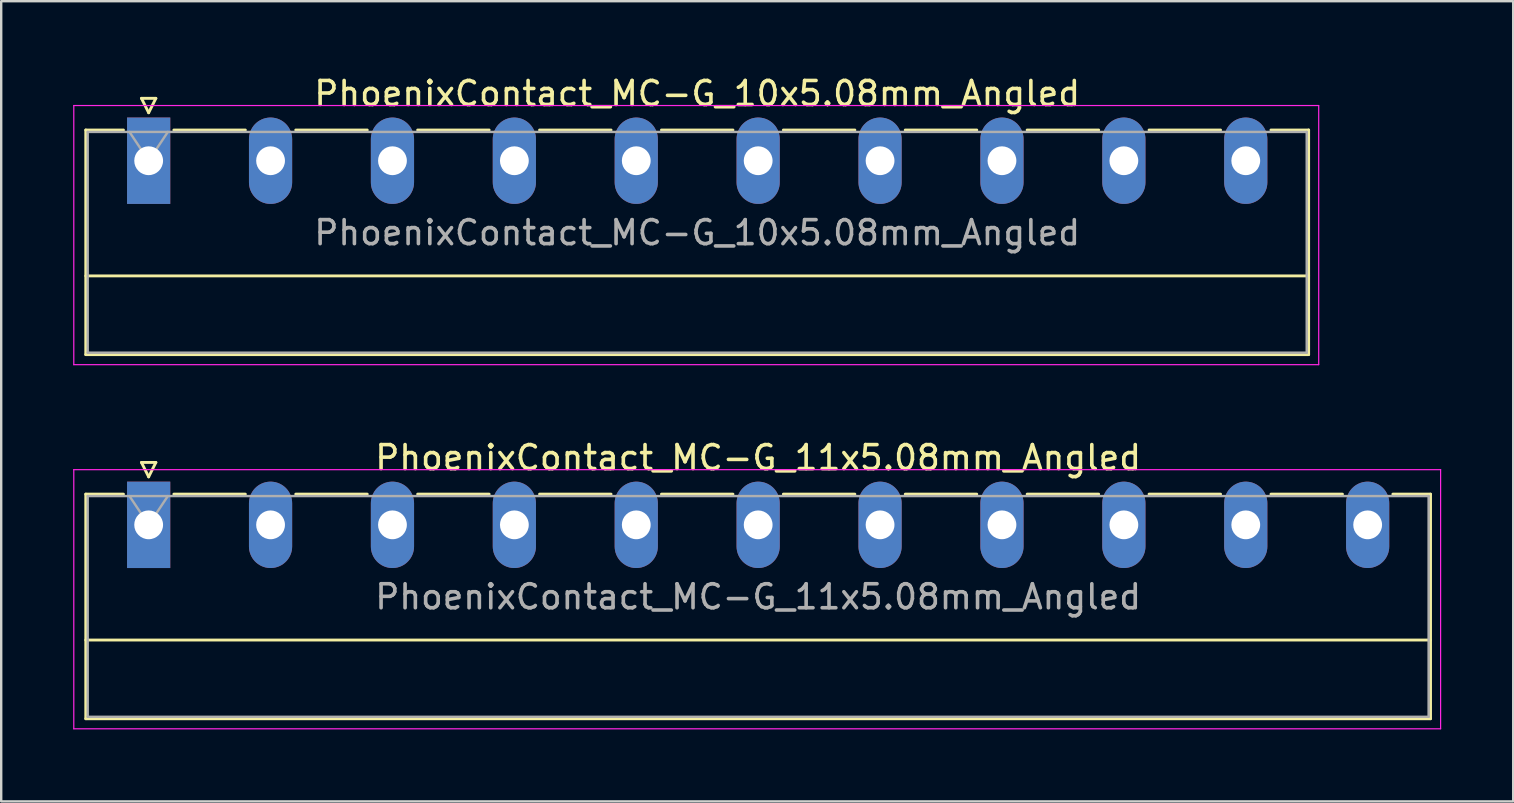
<source format=kicad_pcb>
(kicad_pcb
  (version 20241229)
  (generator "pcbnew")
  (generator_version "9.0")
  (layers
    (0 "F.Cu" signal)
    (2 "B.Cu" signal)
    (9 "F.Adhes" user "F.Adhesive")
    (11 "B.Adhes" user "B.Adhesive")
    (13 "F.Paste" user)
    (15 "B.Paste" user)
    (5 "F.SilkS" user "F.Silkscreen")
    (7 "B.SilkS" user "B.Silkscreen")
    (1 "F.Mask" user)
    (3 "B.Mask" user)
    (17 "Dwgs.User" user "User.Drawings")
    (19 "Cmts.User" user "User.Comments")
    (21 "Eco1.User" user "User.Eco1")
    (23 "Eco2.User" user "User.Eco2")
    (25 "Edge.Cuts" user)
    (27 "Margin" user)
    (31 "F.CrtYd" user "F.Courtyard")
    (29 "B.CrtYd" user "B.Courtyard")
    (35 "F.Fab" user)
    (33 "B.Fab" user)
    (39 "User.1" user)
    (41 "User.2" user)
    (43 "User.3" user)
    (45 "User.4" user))
  (footprint "PhoenixContact_MC-G_11x5.08mm_Angled"
    (layer "F.Cu")
    (at 3.145 18.822)
    (property "Reference" "PhoenixContact_MC-G_11x5.08mm_Angled" (at 25.4 -2.8 0) (layer "F.SilkS") (effects (font (size 1 1) (thickness 0.15))))
    (attr through_hole)
    (fp_line (start -2.62 -1.28) (end -2.62 8.08) (stroke (width 0.12) (type solid)) (layer "F.SilkS"))
    (fp_line (start -2.62 -1.28) (end -1.05 -1.28) (stroke (width 0.12) (type solid)) (layer "F.SilkS"))
    (fp_line (start -2.62 4.8) (end 53.42 4.8) (stroke (width 0.12) (type solid)) (layer "F.SilkS"))
    (fp_line (start -2.62 8.08) (end 53.42 8.08) (stroke (width 0.12) (type solid)) (layer "F.SilkS"))
    (fp_line (start -0.3 -2.6) (end 0.3 -2.6) (stroke (width 0.12) (type solid)) (layer "F.SilkS"))
    (fp_line (start 0 -2) (end -0.3 -2.6) (stroke (width 0.12) (type solid)) (layer "F.SilkS"))
    (fp_line (start 0.3 -2.6) (end 0 -2) (stroke (width 0.12) (type solid)) (layer "F.SilkS"))
    (fp_line (start 1.05 -1.28) (end 4.03 -1.28) (stroke (width 0.12) (type solid)) (layer "F.SilkS"))
    (fp_line (start 6.13 -1.28) (end 9.11 -1.28) (stroke (width 0.12) (type solid)) (layer "F.SilkS"))
    (fp_line (start 11.21 -1.28) (end 14.19 -1.28) (stroke (width 0.12) (type solid)) (layer "F.SilkS"))
    (fp_line (start 16.29 -1.28) (end 19.27 -1.28) (stroke (width 0.12) (type solid)) (layer "F.SilkS"))
    (fp_line (start 21.37 -1.28) (end 24.35 -1.28) (stroke (width 0.12) (type solid)) (layer "F.SilkS"))
    (fp_line (start 26.45 -1.28) (end 29.43 -1.28) (stroke (width 0.12) (type solid)) (layer "F.SilkS"))
    (fp_line (start 31.53 -1.28) (end 34.51 -1.28) (stroke (width 0.12) (type solid)) (layer "F.SilkS"))
    (fp_line (start 36.61 -1.28) (end 39.59 -1.28) (stroke (width 0.12) (type solid)) (layer "F.SilkS"))
    (fp_line (start 41.69 -1.28) (end 44.67 -1.28) (stroke (width 0.12) (type solid)) (layer "F.SilkS"))
    (fp_line (start 46.77 -1.28) (end 49.75 -1.28) (stroke (width 0.12) (type solid)) (layer "F.SilkS"))
    (fp_line (start 53.42 -1.28) (end 51.85 -1.28) (stroke (width 0.12) (type solid)) (layer "F.SilkS"))
    (fp_line (start 53.42 8.08) (end 53.42 -1.28) (stroke (width 0.12) (type solid)) (layer "F.SilkS"))
    (fp_line (start -3.12 -2.3) (end -3.12 8.5) (stroke (width 0.05) (type solid)) (layer "F.CrtYd"))
    (fp_line (start -3.12 8.5) (end 53.84 8.5) (stroke (width 0.05) (type solid)) (layer "F.CrtYd"))
    (fp_line (start 53.84 -2.3) (end -3.12 -2.3) (stroke (width 0.05) (type solid)) (layer "F.CrtYd"))
    (fp_line (start 53.84 8.5) (end 53.84 -2.3) (stroke (width 0.05) (type solid)) (layer "F.CrtYd"))
    (fp_line (start -2.54 -1.2) (end -2.54 8) (stroke (width 0.1) (type solid)) (layer "F.Fab"))
    (fp_line (start -2.54 8) (end 53.34 8) (stroke (width 0.1) (type solid)) (layer "F.Fab"))
    (fp_line (start 0 0) (end -0.8 -1.2) (stroke (width 0.1) (type solid)) (layer "F.Fab"))
    (fp_line (start 0.8 -1.2) (end 0 0) (stroke (width 0.1) (type solid)) (layer "F.Fab"))
    (fp_line (start 53.34 -1.2) (end -2.54 -1.2) (stroke (width 0.1) (type solid)) (layer "F.Fab"))
    (fp_line (start 53.34 8) (end 53.34 -1.2) (stroke (width 0.1) (type solid)) (layer "F.Fab"))
    (fp_text user "${REFERENCE}" (at 25.4 3 0) (layer "F.Fab") (effects (font (size 1 1) (thickness 0.15))))
    (pad "1" thru_hole rect (at 0 0) (size 1.8 3.6) (drill 1.2) (layers "*.Cu" "*.Mask"))
    (pad "2" thru_hole oval (at 5.08 0) (size 1.8 3.6) (drill 1.2) (layers "*.Cu" "*.Mask"))
    (pad "3" thru_hole oval (at 10.16 0) (size 1.8 3.6) (drill 1.2) (layers "*.Cu" "*.Mask"))
    (pad "4" thru_hole oval (at 15.24 0) (size 1.8 3.6) (drill 1.2) (layers "*.Cu" "*.Mask"))
    (pad "5" thru_hole oval (at 20.32 0) (size 1.8 3.6) (drill 1.2) (layers "*.Cu" "*.Mask"))
    (pad "6" thru_hole oval (at 25.4 0) (size 1.8 3.6) (drill 1.2) (layers "*.Cu" "*.Mask"))
    (pad "7" thru_hole oval (at 30.48 0) (size 1.8 3.6) (drill 1.2) (layers "*.Cu" "*.Mask"))
    (pad "8" thru_hole oval (at 35.56 0) (size 1.8 3.6) (drill 1.2) (layers "*.Cu" "*.Mask"))
    (pad "9" thru_hole oval (at 40.64 0) (size 1.8 3.6) (drill 1.2) (layers "*.Cu" "*.Mask"))
    (pad "10" thru_hole oval (at 45.72 0) (size 1.8 3.6) (drill 1.2) (layers "*.Cu" "*.Mask"))
    (pad "11" thru_hole oval (at 50.8 0) (size 1.8 3.6) (drill 1.2) (layers "*.Cu" "*.Mask")))
  (footprint "PhoenixContact_MC-G_10x5.08mm_Angled"
    (layer "F.Cu")
    (at 3.145 3.648)
    (property "Reference" "PhoenixContact_MC-G_10x5.08mm_Angled" (at 22.86 -2.8 0) (layer "F.SilkS") (effects (font (size 1 1) (thickness 0.15))))
    (attr through_hole)
    (fp_line (start -2.62 -1.28) (end -2.62 8.08) (stroke (width 0.12) (type solid)) (layer "F.SilkS"))
    (fp_line (start -2.62 -1.28) (end -1.05 -1.28) (stroke (width 0.12) (type solid)) (layer "F.SilkS"))
    (fp_line (start -2.62 4.8) (end 48.34 4.8) (stroke (width 0.12) (type solid)) (layer "F.SilkS"))
    (fp_line (start -2.62 8.08) (end 48.34 8.08) (stroke (width 0.12) (type solid)) (layer "F.SilkS"))
    (fp_line (start -0.3 -2.6) (end 0.3 -2.6) (stroke (width 0.12) (type solid)) (layer "F.SilkS"))
    (fp_line (start 0 -2) (end -0.3 -2.6) (stroke (width 0.12) (type solid)) (layer "F.SilkS"))
    (fp_line (start 0.3 -2.6) (end 0 -2) (stroke (width 0.12) (type solid)) (layer "F.SilkS"))
    (fp_line (start 1.05 -1.28) (end 4.03 -1.28) (stroke (width 0.12) (type solid)) (layer "F.SilkS"))
    (fp_line (start 6.13 -1.28) (end 9.11 -1.28) (stroke (width 0.12) (type solid)) (layer "F.SilkS"))
    (fp_line (start 11.21 -1.28) (end 14.19 -1.28) (stroke (width 0.12) (type solid)) (layer "F.SilkS"))
    (fp_line (start 16.29 -1.28) (end 19.27 -1.28) (stroke (width 0.12) (type solid)) (layer "F.SilkS"))
    (fp_line (start 21.37 -1.28) (end 24.35 -1.28) (stroke (width 0.12) (type solid)) (layer "F.SilkS"))
    (fp_line (start 26.45 -1.28) (end 29.43 -1.28) (stroke (width 0.12) (type solid)) (layer "F.SilkS"))
    (fp_line (start 31.53 -1.28) (end 34.51 -1.28) (stroke (width 0.12) (type solid)) (layer "F.SilkS"))
    (fp_line (start 36.61 -1.28) (end 39.59 -1.28) (stroke (width 0.12) (type solid)) (layer "F.SilkS"))
    (fp_line (start 41.69 -1.28) (end 44.67 -1.28) (stroke (width 0.12) (type solid)) (layer "F.SilkS"))
    (fp_line (start 48.34 -1.28) (end 46.77 -1.28) (stroke (width 0.12) (type solid)) (layer "F.SilkS"))
    (fp_line (start 48.34 8.08) (end 48.34 -1.28) (stroke (width 0.12) (type solid)) (layer "F.SilkS"))
    (fp_line (start -3.12 -2.3) (end -3.12 8.5) (stroke (width 0.05) (type solid)) (layer "F.CrtYd"))
    (fp_line (start -3.12 8.5) (end 48.76 8.5) (stroke (width 0.05) (type solid)) (layer "F.CrtYd"))
    (fp_line (start 48.76 -2.3) (end -3.12 -2.3) (stroke (width 0.05) (type solid)) (layer "F.CrtYd"))
    (fp_line (start 48.76 8.5) (end 48.76 -2.3) (stroke (width 0.05) (type solid)) (layer "F.CrtYd"))
    (fp_line (start -2.54 -1.2) (end -2.54 8) (stroke (width 0.1) (type solid)) (layer "F.Fab"))
    (fp_line (start -2.54 8) (end 48.26 8) (stroke (width 0.1) (type solid)) (layer "F.Fab"))
    (fp_line (start 0 0) (end -0.8 -1.2) (stroke (width 0.1) (type solid)) (layer "F.Fab"))
    (fp_line (start 0.8 -1.2) (end 0 0) (stroke (width 0.1) (type solid)) (layer "F.Fab"))
    (fp_line (start 48.26 -1.2) (end -2.54 -1.2) (stroke (width 0.1) (type solid)) (layer "F.Fab"))
    (fp_line (start 48.26 8) (end 48.26 -1.2) (stroke (width 0.1) (type solid)) (layer "F.Fab"))
    (fp_text user "${REFERENCE}" (at 22.86 3 0) (layer "F.Fab") (effects (font (size 1 1) (thickness 0.15))))
    (pad "1" thru_hole rect (at 0 0) (size 1.8 3.6) (drill 1.2) (layers "*.Cu" "*.Mask"))
    (pad "2" thru_hole oval (at 5.08 0) (size 1.8 3.6) (drill 1.2) (layers "*.Cu" "*.Mask"))
    (pad "3" thru_hole oval (at 10.16 0) (size 1.8 3.6) (drill 1.2) (layers "*.Cu" "*.Mask"))
    (pad "4" thru_hole oval (at 15.24 0) (size 1.8 3.6) (drill 1.2) (layers "*.Cu" "*.Mask"))
    (pad "5" thru_hole oval (at 20.32 0) (size 1.8 3.6) (drill 1.2) (layers "*.Cu" "*.Mask"))
    (pad "6" thru_hole oval (at 25.4 0) (size 1.8 3.6) (drill 1.2) (layers "*.Cu" "*.Mask"))
    (pad "7" thru_hole oval (at 30.48 0) (size 1.8 3.6) (drill 1.2) (layers "*.Cu" "*.Mask"))
    (pad "8" thru_hole oval (at 35.56 0) (size 1.8 3.6) (drill 1.2) (layers "*.Cu" "*.Mask"))
    (pad "9" thru_hole oval (at 40.64 0) (size 1.8 3.6) (drill 1.2) (layers "*.Cu" "*.Mask"))
    (pad "10" thru_hole oval (at 45.72 0) (size 1.8 3.6) (drill 1.2) (layers "*.Cu" "*.Mask")))
  (gr_rect
    (start -3 -3)
    (end 60.01 30.346)
    (stroke (width 0.1) (type default))
    (fill no)
    (layer "Edge.Cuts")))
</source>
